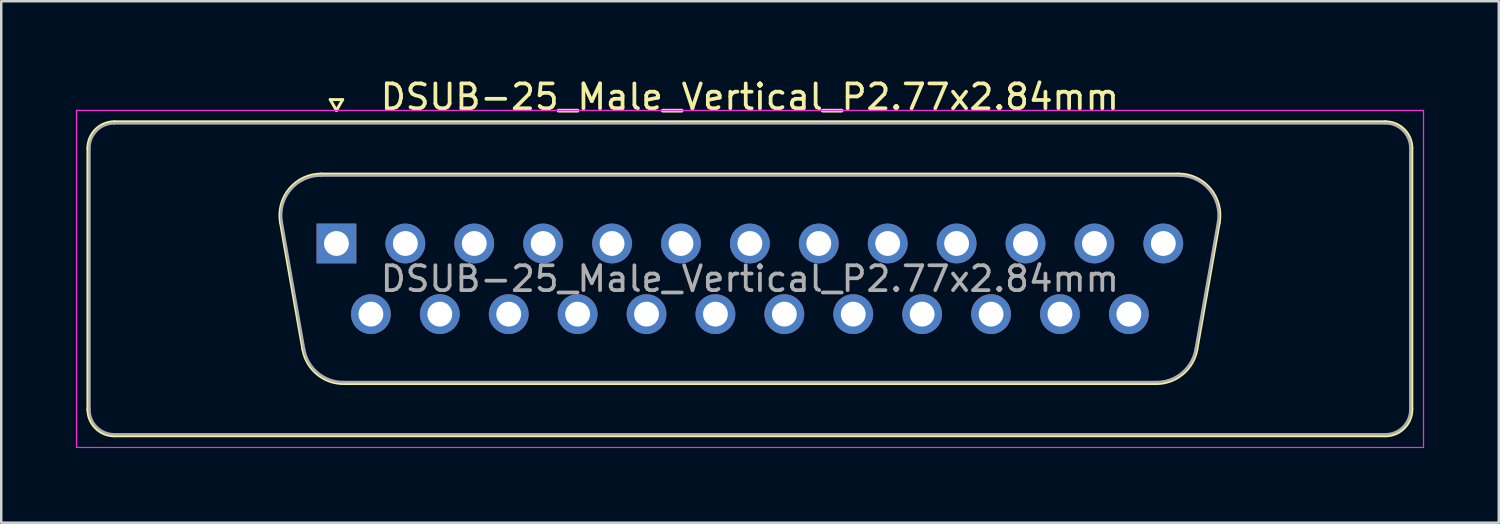
<source format=kicad_pcb>
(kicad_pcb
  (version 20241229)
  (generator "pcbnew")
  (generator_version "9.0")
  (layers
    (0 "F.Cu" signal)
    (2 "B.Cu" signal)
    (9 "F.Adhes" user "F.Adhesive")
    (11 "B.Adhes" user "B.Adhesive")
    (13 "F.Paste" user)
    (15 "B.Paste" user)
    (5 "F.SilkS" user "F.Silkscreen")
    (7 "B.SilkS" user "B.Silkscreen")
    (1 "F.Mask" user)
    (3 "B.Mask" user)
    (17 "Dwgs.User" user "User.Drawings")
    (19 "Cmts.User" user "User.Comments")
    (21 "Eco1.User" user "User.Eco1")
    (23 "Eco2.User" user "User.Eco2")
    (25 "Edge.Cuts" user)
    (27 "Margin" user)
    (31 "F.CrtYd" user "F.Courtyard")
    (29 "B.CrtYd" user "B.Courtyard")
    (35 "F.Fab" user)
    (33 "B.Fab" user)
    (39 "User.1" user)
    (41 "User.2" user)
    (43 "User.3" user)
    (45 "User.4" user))
  (footprint "DSUB-25_Male_Vertical_P2.77x2.84mm"
    (layer "F.Cu")
    (at 10.475 6.738)
    (property "Reference" "DSUB-25_Male_Vertical_P2.77x2.84mm" (at 16.62 -5.89 0) (layer "F.SilkS") (effects (font (size 1 1) (thickness 0.15))))
    (attr through_hole)
    (fp_line (start -9.99 6.67) (end -9.99 -3.83) (stroke (width 0.12) (type solid)) (layer "F.SilkS"))
    (fp_line (start -8.93 -4.89) (end 42.17 -4.89) (stroke (width 0.12) (type solid)) (layer "F.SilkS"))
    (fp_line (start -2.246 -0.842) (end -1.347 4.258) (stroke (width 0.12) (type solid)) (layer "F.SilkS"))
    (fp_line (start -0.612 -2.79) (end 33.852 -2.79) (stroke (width 0.12) (type solid)) (layer "F.SilkS"))
    (fp_line (start -0.25 -5.784) (end 0.25 -5.784) (stroke (width 0.12) (type solid)) (layer "F.SilkS"))
    (fp_line (start 0 -5.351) (end -0.25 -5.784) (stroke (width 0.12) (type solid)) (layer "F.SilkS"))
    (fp_line (start 0.25 -5.784) (end 0 -5.351) (stroke (width 0.12) (type solid)) (layer "F.SilkS"))
    (fp_line (start 0.288 5.63) (end 32.952 5.63) (stroke (width 0.12) (type solid)) (layer "F.SilkS"))
    (fp_line (start 35.486 -0.842) (end 34.587 4.258) (stroke (width 0.12) (type solid)) (layer "F.SilkS"))
    (fp_line (start 42.17 7.73) (end -8.93 7.73) (stroke (width 0.12) (type solid)) (layer "F.SilkS"))
    (fp_line (start 43.23 -3.83) (end 43.23 6.67) (stroke (width 0.12) (type solid)) (layer "F.SilkS"))
    (fp_arc (start -9.99 -3.83) (mid -9.679533 -4.579533) (end -8.93 -4.89) (stroke (width 0.12) (type solid)) (layer "F.SilkS"))
    (fp_arc (start -8.93 7.73) (mid -9.679533 7.419533) (end -9.99 6.67) (stroke (width 0.12) (type solid)) (layer "F.SilkS"))
    (fp_arc (start -2.24647 -0.841744) (mid -1.883323 -2.197028) (end -0.611689 -2.79) (stroke (width 0.12) (type solid)) (layer "F.SilkS"))
    (fp_arc (start 0.287579 5.63) (mid -0.779448 5.241634) (end -1.347202 4.258256) (stroke (width 0.12) (type solid)) (layer "F.SilkS"))
    (fp_arc (start 33.851689 -2.79) (mid 35.123323 -2.197027) (end 35.48647 -0.841744) (stroke (width 0.12) (type solid)) (layer "F.SilkS"))
    (fp_arc (start 34.587202 4.258256) (mid 34.019449 5.241634) (end 32.952421 5.63) (stroke (width 0.12) (type solid)) (layer "F.SilkS"))
    (fp_arc (start 42.17 -4.89) (mid 42.919533 -4.579533) (end 43.23 -3.83) (stroke (width 0.12) (type solid)) (layer "F.SilkS"))
    (fp_arc (start 43.23 6.67) (mid 42.919533 7.419533) (end 42.17 7.73) (stroke (width 0.12) (type solid)) (layer "F.SilkS"))
    (fp_line (start -10.45 -5.35) (end -10.45 8.2) (stroke (width 0.05) (type solid)) (layer "F.CrtYd"))
    (fp_line (start -10.45 8.2) (end 43.7 8.2) (stroke (width 0.05) (type solid)) (layer "F.CrtYd"))
    (fp_line (start 43.7 -5.35) (end -10.45 -5.35) (stroke (width 0.05) (type solid)) (layer "F.CrtYd"))
    (fp_line (start 43.7 8.2) (end 43.7 -5.35) (stroke (width 0.05) (type solid)) (layer "F.CrtYd"))
    (fp_line (start -9.93 6.67) (end -9.93 -3.83) (stroke (width 0.1) (type solid)) (layer "F.Fab"))
    (fp_line (start -8.93 -4.83) (end 42.17 -4.83) (stroke (width 0.1) (type solid)) (layer "F.Fab"))
    (fp_line (start -2.199 -0.852) (end -1.3 4.248) (stroke (width 0.1) (type solid)) (layer "F.Fab"))
    (fp_line (start -0.623 -2.73) (end 33.863 -2.73) (stroke (width 0.1) (type solid)) (layer "F.Fab"))
    (fp_line (start 0.276 5.57) (end 32.964 5.57) (stroke (width 0.1) (type solid)) (layer "F.Fab"))
    (fp_line (start 35.439 -0.852) (end 34.54 4.248) (stroke (width 0.1) (type solid)) (layer "F.Fab"))
    (fp_line (start 42.17 7.67) (end -8.93 7.67) (stroke (width 0.1) (type solid)) (layer "F.Fab"))
    (fp_line (start 43.17 -3.83) (end 43.17 6.67) (stroke (width 0.1) (type solid)) (layer "F.Fab"))
    (fp_arc (start -9.93 -3.83) (mid -9.637107 -4.537107) (end -8.93 -4.83) (stroke (width 0.1) (type solid)) (layer "F.Fab"))
    (fp_arc (start -8.93 7.67) (mid -9.637107 7.377107) (end -9.93 6.67) (stroke (width 0.1) (type solid)) (layer "F.Fab"))
    (fp_arc (start -2.198886 -0.852163) (mid -1.848865 -2.15846) (end -0.623194 -2.73) (stroke (width 0.1) (type solid)) (layer "F.Fab"))
    (fp_arc (start 0.276073 5.57) (mid -0.752387 5.195671) (end -1.299619 4.247837) (stroke (width 0.1) (type solid)) (layer "F.Fab"))
    (fp_arc (start 33.863194 -2.73) (mid 35.088865 -2.15846) (end 35.438886 -0.852163) (stroke (width 0.1) (type solid)) (layer "F.Fab"))
    (fp_arc (start 34.539619 4.247837) (mid 33.992387 5.195671) (end 32.963927 5.57) (stroke (width 0.1) (type solid)) (layer "F.Fab"))
    (fp_arc (start 42.17 -4.83) (mid 42.877107 -4.537107) (end 43.17 -3.83) (stroke (width 0.1) (type solid)) (layer "F.Fab"))
    (fp_arc (start 43.17 6.67) (mid 42.877107 7.377107) (end 42.17 7.67) (stroke (width 0.1) (type solid)) (layer "F.Fab"))
    (fp_text user "${REFERENCE}" (at 16.62 1.42 0) (layer "F.Fab") (effects (font (size 1 1) (thickness 0.15))))
    (pad "1" thru_hole rect (at 0 0) (size 1.6 1.6) (drill 1) (layers "*.Cu" "*.Mask"))
    (pad "2" thru_hole circle (at 2.77 0) (size 1.6 1.6) (drill 1) (layers "*.Cu" "*.Mask"))
    (pad "3" thru_hole circle (at 5.54 0) (size 1.6 1.6) (drill 1) (layers "*.Cu" "*.Mask"))
    (pad "4" thru_hole circle (at 8.31 0) (size 1.6 1.6) (drill 1) (layers "*.Cu" "*.Mask"))
    (pad "5" thru_hole circle (at 11.08 0) (size 1.6 1.6) (drill 1) (layers "*.Cu" "*.Mask"))
    (pad "6" thru_hole circle (at 13.85 0) (size 1.6 1.6) (drill 1) (layers "*.Cu" "*.Mask"))
    (pad "7" thru_hole circle (at 16.62 0) (size 1.6 1.6) (drill 1) (layers "*.Cu" "*.Mask"))
    (pad "8" thru_hole circle (at 19.39 0) (size 1.6 1.6) (drill 1) (layers "*.Cu" "*.Mask"))
    (pad "9" thru_hole circle (at 22.16 0) (size 1.6 1.6) (drill 1) (layers "*.Cu" "*.Mask"))
    (pad "10" thru_hole circle (at 24.93 0) (size 1.6 1.6) (drill 1) (layers "*.Cu" "*.Mask"))
    (pad "11" thru_hole circle (at 27.7 0) (size 1.6 1.6) (drill 1) (layers "*.Cu" "*.Mask"))
    (pad "12" thru_hole circle (at 30.47 0) (size 1.6 1.6) (drill 1) (layers "*.Cu" "*.Mask"))
    (pad "13" thru_hole circle (at 33.24 0) (size 1.6 1.6) (drill 1) (layers "*.Cu" "*.Mask"))
    (pad "14" thru_hole circle (at 1.385 2.84) (size 1.6 1.6) (drill 1) (layers "*.Cu" "*.Mask"))
    (pad "15" thru_hole circle (at 4.155 2.84) (size 1.6 1.6) (drill 1) (layers "*.Cu" "*.Mask"))
    (pad "16" thru_hole circle (at 6.925 2.84) (size 1.6 1.6) (drill 1) (layers "*.Cu" "*.Mask"))
    (pad "17" thru_hole circle (at 9.695 2.84) (size 1.6 1.6) (drill 1) (layers "*.Cu" "*.Mask"))
    (pad "18" thru_hole circle (at 12.465 2.84) (size 1.6 1.6) (drill 1) (layers "*.Cu" "*.Mask"))
    (pad "19" thru_hole circle (at 15.235 2.84) (size 1.6 1.6) (drill 1) (layers "*.Cu" "*.Mask"))
    (pad "20" thru_hole circle (at 18.005 2.84) (size 1.6 1.6) (drill 1) (layers "*.Cu" "*.Mask"))
    (pad "21" thru_hole circle (at 20.775 2.84) (size 1.6 1.6) (drill 1) (layers "*.Cu" "*.Mask"))
    (pad "22" thru_hole circle (at 23.545 2.84) (size 1.6 1.6) (drill 1) (layers "*.Cu" "*.Mask"))
    (pad "23" thru_hole circle (at 26.315 2.84) (size 1.6 1.6) (drill 1) (layers "*.Cu" "*.Mask"))
    (pad "24" thru_hole circle (at 29.085 2.84) (size 1.6 1.6) (drill 1) (layers "*.Cu" "*.Mask"))
    (pad "25" thru_hole circle (at 31.855 2.84) (size 1.6 1.6) (drill 1) (layers "*.Cu" "*.Mask")))
  (gr_rect
    (start -3 -3)
    (end 57.2 17.963)
    (stroke (width 0.1) (type default))
    (fill no)
    (layer "Edge.Cuts")))
</source>
